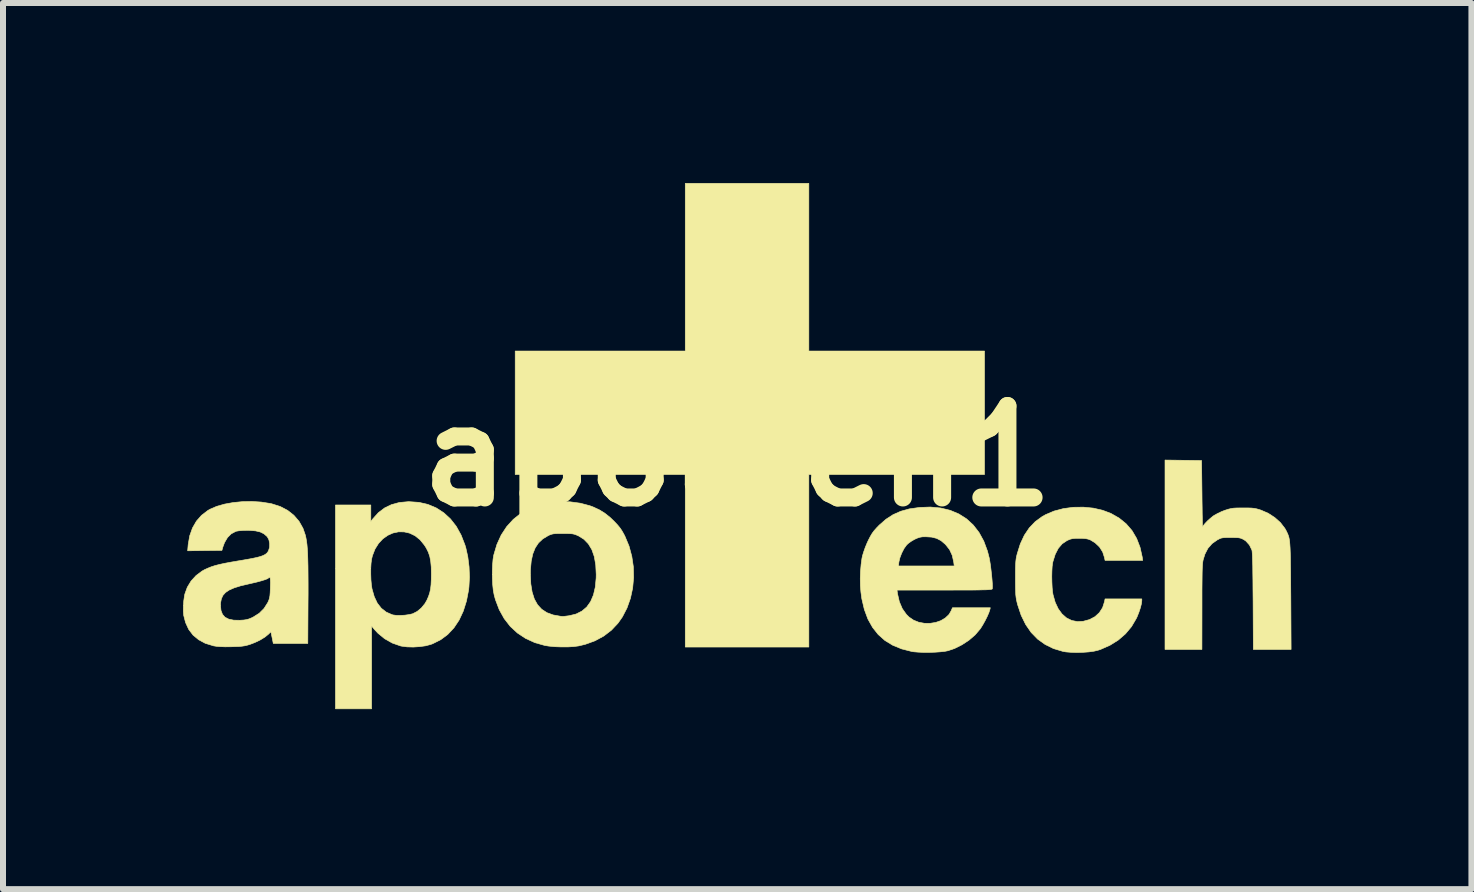
<source format=kicad_pcb>
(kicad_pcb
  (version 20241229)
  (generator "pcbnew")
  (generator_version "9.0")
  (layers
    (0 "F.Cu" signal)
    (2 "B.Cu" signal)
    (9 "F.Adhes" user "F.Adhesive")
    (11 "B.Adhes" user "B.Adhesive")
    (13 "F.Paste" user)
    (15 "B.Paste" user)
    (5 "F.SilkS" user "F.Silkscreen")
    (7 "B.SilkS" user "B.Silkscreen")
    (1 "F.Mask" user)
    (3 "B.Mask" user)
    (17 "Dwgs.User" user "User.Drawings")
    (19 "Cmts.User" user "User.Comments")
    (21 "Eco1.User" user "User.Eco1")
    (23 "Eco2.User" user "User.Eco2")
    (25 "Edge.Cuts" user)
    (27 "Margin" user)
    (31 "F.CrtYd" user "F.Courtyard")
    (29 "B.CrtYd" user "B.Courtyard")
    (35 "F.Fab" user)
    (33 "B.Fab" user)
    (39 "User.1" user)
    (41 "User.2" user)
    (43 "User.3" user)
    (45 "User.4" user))
  (footprint "apotech1"
    (layer "F.Cu")
    (at 9.238 4.55)
    (property "Reference" "apotech1" (at 0 0 0) (layer "F.SilkS") (effects (font (size 1.524 1.524) (thickness 0.3))))
    (attr through_hole)
    (fp_poly (pts (xy 1.19 -1.751) (xy 4.117 -1.751) (xy 4.117 0.307) (xy 1.19 0.307) (xy 1.19 3.182) (xy -0.869 3.182) (xy -0.869 0.307) (xy -3.703 0.307) (xy -3.703 -1.751) (xy -0.869 -1.751) (xy -0.869 -4.545) (xy 1.19 -4.545) (xy 1.19 -1.751)) (stroke (width 0.01) (type solid)) (fill yes) (layer "F.SilkS"))
    (fp_poly (pts (xy -5.306 0.771) (xy -5.156 0.806) (xy -5.018 0.864) (xy -4.893 0.945) (xy -4.782 1.047) (xy -4.685 1.171) (xy -4.605 1.315) (xy -4.541 1.479) (xy -4.527 1.524) (xy -4.493 1.677) (xy -4.472 1.844) (xy -4.465 2.015) (xy -4.474 2.179) (xy -4.479 2.228) (xy -4.515 2.415) (xy -4.568 2.583) (xy -4.638 2.733) (xy -4.724 2.862) (xy -4.827 2.972) (xy -4.945 3.06) (xy -5.079 3.127) (xy -5.109 3.138) (xy -5.194 3.161) (xy -5.295 3.175) (xy -5.402 3.182) (xy -5.506 3.179) (xy -5.596 3.167) (xy -5.615 3.163) (xy -5.752 3.115) (xy -5.879 3.043) (xy -5.991 2.951) (xy -6.048 2.89) (xy -6.096 2.832) (xy -6.096 4.211) (xy -6.698 4.211) (xy -6.698 1.966) (xy -6.11 1.966) (xy -6.107 2.061) (xy -6.099 2.149) (xy -6.089 2.213) (xy -6.052 2.342) (xy -6.001 2.45) (xy -5.934 2.536) (xy -5.852 2.6) (xy -5.756 2.642) (xy -5.739 2.647) (xy -5.686 2.654) (xy -5.617 2.655) (xy -5.542 2.651) (xy -5.471 2.641) (xy -5.414 2.628) (xy -5.411 2.627) (xy -5.337 2.589) (xy -5.267 2.531) (xy -5.208 2.459) (xy -5.175 2.402) (xy -5.147 2.338) (xy -5.127 2.277) (xy -5.113 2.213) (xy -5.105 2.141) (xy -5.101 2.053) (xy -5.1 1.965) (xy -5.102 1.849) (xy -5.111 1.754) (xy -5.126 1.674) (xy -5.15 1.602) (xy -5.184 1.534) (xy -5.217 1.482) (xy -5.29 1.393) (xy -5.373 1.327) (xy -5.462 1.284) (xy -5.554 1.263) (xy -5.648 1.262) (xy -5.741 1.282) (xy -5.828 1.321) (xy -5.909 1.379) (xy -5.98 1.455) (xy -6.039 1.549) (xy -6.082 1.659) (xy -6.096 1.717) (xy -6.105 1.785) (xy -6.11 1.871) (xy -6.11 1.966) (xy -6.698 1.966) (xy -6.698 0.815) (xy -6.109 0.815) (xy -6.109 1.09) (xy -6.073 1.043) (xy -5.982 0.942) (xy -5.879 0.864) (xy -5.763 0.808) (xy -5.633 0.773) (xy -5.487 0.76) (xy -5.468 0.76) (xy -5.306 0.771)) (stroke (width 0.01) (type solid)) (fill yes) (layer "F.SilkS"))
    (fp_poly (pts (xy 7.429 0.07) (xy 7.734 0.074) (xy 7.741 0.635) (xy 7.742 0.754) (xy 7.744 0.864) (xy 7.745 0.961) (xy 7.747 1.044) (xy 7.748 1.11) (xy 7.749 1.156) (xy 7.75 1.179) (xy 7.751 1.182) (xy 7.764 1.157) (xy 7.794 1.121) (xy 7.834 1.079) (xy 7.88 1.038) (xy 7.925 1.001) (xy 7.946 0.987) (xy 8 0.957) (xy 8.065 0.926) (xy 8.129 0.901) (xy 8.134 0.9) (xy 8.181 0.885) (xy 8.222 0.875) (xy 8.265 0.868) (xy 8.316 0.865) (xy 8.384 0.864) (xy 8.429 0.864) (xy 8.507 0.864) (xy 8.565 0.866) (xy 8.611 0.871) (xy 8.652 0.879) (xy 8.694 0.891) (xy 8.723 0.9) (xy 8.845 0.953) (xy 8.954 1.024) (xy 9.048 1.108) (xy 9.122 1.204) (xy 9.144 1.243) (xy 9.157 1.27) (xy 9.169 1.295) (xy 9.179 1.321) (xy 9.188 1.349) (xy 9.195 1.382) (xy 9.201 1.421) (xy 9.205 1.469) (xy 9.209 1.528) (xy 9.212 1.6) (xy 9.215 1.687) (xy 9.216 1.791) (xy 9.218 1.915) (xy 9.219 2.06) (xy 9.22 2.228) (xy 9.221 2.336) (xy 9.226 3.222) (xy 8.597 3.222) (xy 8.593 2.416) (xy 8.591 2.233) (xy 8.59 2.075) (xy 8.588 1.941) (xy 8.587 1.83) (xy 8.584 1.739) (xy 8.582 1.669) (xy 8.579 1.617) (xy 8.576 1.582) (xy 8.572 1.563) (xy 8.572 1.563) (xy 8.531 1.48) (xy 8.473 1.416) (xy 8.435 1.39) (xy 8.406 1.376) (xy 8.379 1.366) (xy 8.345 1.36) (xy 8.299 1.358) (xy 8.235 1.357) (xy 8.222 1.357) (xy 8.154 1.357) (xy 8.106 1.359) (xy 8.071 1.364) (xy 8.042 1.373) (xy 8.013 1.388) (xy 7.997 1.396) (xy 7.909 1.458) (xy 7.84 1.537) (xy 7.79 1.634) (xy 7.761 1.727) (xy 7.756 1.751) (xy 7.752 1.782) (xy 7.749 1.822) (xy 7.746 1.873) (xy 7.744 1.938) (xy 7.743 2.019) (xy 7.742 2.118) (xy 7.741 2.238) (xy 7.741 2.38) (xy 7.741 2.517) (xy 7.74 3.222) (xy 7.125 3.222) (xy 7.125 0.066) (xy 7.429 0.07)) (stroke (width 0.01) (type solid)) (fill yes) (layer "F.SilkS"))
    (fp_poly (pts (xy 5.93 0.867) (xy 6.088 0.904) (xy 6.223 0.955) (xy 6.36 1.033) (xy 6.477 1.128) (xy 6.575 1.241) (xy 6.652 1.372) (xy 6.709 1.52) (xy 6.745 1.681) (xy 6.753 1.738) (xy 6.126 1.738) (xy 6.116 1.689) (xy 6.086 1.597) (xy 6.033 1.514) (xy 5.96 1.445) (xy 5.883 1.398) (xy 5.845 1.384) (xy 5.803 1.375) (xy 5.748 1.371) (xy 5.695 1.37) (xy 5.631 1.371) (xy 5.585 1.375) (xy 5.548 1.384) (xy 5.511 1.399) (xy 5.491 1.408) (xy 5.411 1.462) (xy 5.346 1.538) (xy 5.295 1.638) (xy 5.257 1.759) (xy 5.252 1.784) (xy 5.244 1.842) (xy 5.24 1.919) (xy 5.238 2.007) (xy 5.24 2.099) (xy 5.244 2.187) (xy 5.251 2.263) (xy 5.259 2.31) (xy 5.295 2.437) (xy 5.346 2.545) (xy 5.409 2.631) (xy 5.484 2.697) (xy 5.57 2.739) (xy 5.665 2.758) (xy 5.761 2.753) (xy 5.868 2.724) (xy 5.958 2.676) (xy 6.031 2.609) (xy 6.085 2.526) (xy 6.116 2.429) (xy 6.117 2.426) (xy 6.126 2.38) (xy 6.738 2.38) (xy 6.738 2.41) (xy 6.732 2.46) (xy 6.715 2.527) (xy 6.69 2.602) (xy 6.659 2.68) (xy 6.646 2.707) (xy 6.567 2.841) (xy 6.467 2.961) (xy 6.347 3.065) (xy 6.208 3.152) (xy 6.052 3.221) (xy 6.009 3.235) (xy 5.942 3.251) (xy 5.856 3.263) (xy 5.758 3.27) (xy 5.657 3.273) (xy 5.56 3.27) (xy 5.473 3.263) (xy 5.423 3.254) (xy 5.266 3.207) (xy 5.126 3.138) (xy 5.002 3.049) (xy 4.894 2.938) (xy 4.803 2.806) (xy 4.728 2.653) (xy 4.67 2.479) (xy 4.669 2.476) (xy 4.658 2.432) (xy 4.649 2.392) (xy 4.643 2.353) (xy 4.638 2.309) (xy 4.636 2.255) (xy 4.634 2.187) (xy 4.633 2.099) (xy 4.633 2.045) (xy 4.633 1.944) (xy 4.634 1.865) (xy 4.636 1.803) (xy 4.639 1.754) (xy 4.644 1.712) (xy 4.651 1.673) (xy 4.661 1.633) (xy 4.662 1.628) (xy 4.714 1.463) (xy 4.781 1.319) (xy 4.863 1.197) (xy 4.962 1.093) (xy 5.078 1.008) (xy 5.133 0.977) (xy 5.276 0.916) (xy 5.432 0.875) (xy 5.597 0.853) (xy 5.765 0.851) (xy 5.93 0.867)) (stroke (width 0.01) (type solid)) (fill yes) (layer "F.SilkS"))
    (fp_poly (pts (xy -2.788 0.762) (xy -2.619 0.785) (xy -2.46 0.827) (xy -2.404 0.848) (xy -2.302 0.895) (xy -2.211 0.951) (xy -2.122 1.022) (xy -2.058 1.083) (xy -2.003 1.141) (xy -1.961 1.191) (xy -1.926 1.242) (xy -1.891 1.304) (xy -1.874 1.337) (xy -1.806 1.5) (xy -1.76 1.671) (xy -1.734 1.847) (xy -1.73 2.025) (xy -1.746 2.2) (xy -1.783 2.37) (xy -1.84 2.531) (xy -1.917 2.68) (xy -1.99 2.784) (xy -2.1 2.901) (xy -2.228 2.999) (xy -2.374 3.078) (xy -2.534 3.136) (xy -2.645 3.163) (xy -2.728 3.174) (xy -2.828 3.18) (xy -2.937 3.18) (xy -3.045 3.176) (xy -3.144 3.166) (xy -3.208 3.156) (xy -3.377 3.108) (xy -3.53 3.038) (xy -3.666 2.948) (xy -3.785 2.838) (xy -3.886 2.708) (xy -3.969 2.559) (xy -4.032 2.393) (xy -4.053 2.317) (xy -4.068 2.239) (xy -4.078 2.142) (xy -4.083 2.033) (xy -4.084 1.972) (xy -3.45 1.972) (xy -3.443 2.13) (xy -3.421 2.266) (xy -3.384 2.382) (xy -3.331 2.477) (xy -3.262 2.552) (xy -3.175 2.609) (xy -3.071 2.647) (xy -2.948 2.669) (xy -2.914 2.672) (xy -2.891 2.671) (xy -2.851 2.666) (xy -2.803 2.66) (xy -2.689 2.632) (xy -2.591 2.583) (xy -2.51 2.514) (xy -2.446 2.424) (xy -2.399 2.314) (xy -2.368 2.182) (xy -2.354 2.03) (xy -2.353 1.972) (xy -2.361 1.813) (xy -2.385 1.675) (xy -2.426 1.558) (xy -2.484 1.462) (xy -2.558 1.386) (xy -2.649 1.329) (xy -2.65 1.329) (xy -2.687 1.313) (xy -2.718 1.302) (xy -2.751 1.295) (xy -2.793 1.292) (xy -2.85 1.29) (xy -2.908 1.29) (xy -2.98 1.29) (xy -3.033 1.292) (xy -3.071 1.296) (xy -3.102 1.304) (xy -3.132 1.315) (xy -3.156 1.327) (xy -3.244 1.38) (xy -3.315 1.447) (xy -3.37 1.53) (xy -3.41 1.63) (xy -3.436 1.749) (xy -3.449 1.89) (xy -3.45 1.972) (xy -4.084 1.972) (xy -4.084 1.922) (xy -4.08 1.814) (xy -4.072 1.718) (xy -4.06 1.648) (xy -4.008 1.473) (xy -3.936 1.315) (xy -3.845 1.176) (xy -3.735 1.055) (xy -3.607 0.953) (xy -3.463 0.872) (xy -3.301 0.811) (xy -3.294 0.809) (xy -3.132 0.774) (xy -2.961 0.758) (xy -2.788 0.762)) (stroke (width 0.01) (type solid)) (fill yes) (layer "F.SilkS"))
    (fp_poly (pts (xy 3.387 0.865) (xy 3.546 0.904) (xy 3.689 0.964) (xy 3.818 1.046) (xy 3.93 1.149) (xy 4.026 1.273) (xy 4.105 1.417) (xy 4.166 1.582) (xy 4.196 1.698) (xy 4.206 1.754) (xy 4.217 1.823) (xy 4.226 1.899) (xy 4.235 1.977) (xy 4.242 2.052) (xy 4.247 2.119) (xy 4.249 2.172) (xy 4.248 2.205) (xy 4.246 2.213) (xy 4.242 2.217) (xy 4.231 2.22) (xy 4.212 2.223) (xy 4.182 2.226) (xy 4.14 2.228) (xy 4.084 2.229) (xy 4.011 2.231) (xy 3.921 2.232) (xy 3.81 2.232) (xy 3.677 2.232) (xy 3.52 2.233) (xy 3.449 2.233) (xy 2.659 2.233) (xy 2.668 2.296) (xy 2.698 2.427) (xy 2.747 2.542) (xy 2.815 2.638) (xy 2.859 2.682) (xy 2.935 2.734) (xy 3.022 2.769) (xy 3.115 2.786) (xy 3.21 2.787) (xy 3.304 2.772) (xy 3.39 2.742) (xy 3.465 2.697) (xy 3.526 2.639) (xy 3.562 2.577) (xy 3.583 2.527) (xy 4.214 2.527) (xy 4.205 2.563) (xy 4.189 2.611) (xy 4.162 2.673) (xy 4.127 2.743) (xy 4.089 2.811) (xy 4.051 2.872) (xy 4.042 2.884) (xy 3.961 2.979) (xy 3.859 3.067) (xy 3.742 3.144) (xy 3.618 3.206) (xy 3.509 3.243) (xy 3.454 3.254) (xy 3.378 3.262) (xy 3.29 3.268) (xy 3.195 3.271) (xy 3.1 3.271) (xy 3.012 3.267) (xy 2.939 3.261) (xy 2.906 3.256) (xy 2.737 3.213) (xy 2.588 3.152) (xy 2.457 3.072) (xy 2.345 2.972) (xy 2.251 2.853) (xy 2.174 2.715) (xy 2.115 2.556) (xy 2.073 2.378) (xy 2.058 2.268) (xy 2.049 2.161) (xy 2.047 2.043) (xy 2.051 1.922) (xy 2.059 1.831) (xy 2.683 1.831) (xy 3.613 1.831) (xy 3.604 1.764) (xy 3.579 1.653) (xy 3.535 1.558) (xy 3.469 1.475) (xy 3.463 1.469) (xy 3.394 1.41) (xy 3.32 1.371) (xy 3.237 1.35) (xy 3.141 1.344) (xy 3.082 1.345) (xy 3.037 1.353) (xy 2.991 1.369) (xy 2.952 1.387) (xy 2.9 1.417) (xy 2.852 1.451) (xy 2.82 1.48) (xy 2.776 1.541) (xy 2.737 1.617) (xy 2.707 1.695) (xy 2.691 1.763) (xy 2.683 1.831) (xy 2.059 1.831) (xy 2.061 1.806) (xy 2.075 1.704) (xy 2.085 1.658) (xy 2.104 1.596) (xy 2.13 1.522) (xy 2.161 1.447) (xy 2.181 1.404) (xy 2.215 1.338) (xy 2.246 1.286) (xy 2.28 1.24) (xy 2.324 1.191) (xy 2.364 1.15) (xy 2.475 1.053) (xy 2.592 0.977) (xy 2.72 0.92) (xy 2.863 0.88) (xy 3.025 0.857) (xy 3.029 0.856) (xy 3.215 0.849) (xy 3.387 0.865)) (stroke (width 0.01) (type solid)) (fill yes) (layer "F.SilkS"))
    (fp_poly (pts (xy -7.936 0.766) (xy -7.789 0.789) (xy -7.76 0.795) (xy -7.619 0.84) (xy -7.496 0.904) (xy -7.391 0.987) (xy -7.305 1.087) (xy -7.239 1.204) (xy -7.2 1.317) (xy -7.19 1.362) (xy -7.181 1.413) (xy -7.173 1.473) (xy -7.167 1.543) (xy -7.162 1.625) (xy -7.159 1.722) (xy -7.156 1.836) (xy -7.155 1.97) (xy -7.154 2.124) (xy -7.154 2.302) (xy -7.155 2.413) (xy -7.159 3.122) (xy -7.734 3.122) (xy -7.754 3.024) (xy -7.774 2.927) (xy -7.814 2.967) (xy -7.874 3.016) (xy -7.952 3.064) (xy -8.042 3.107) (xy -8.121 3.137) (xy -8.167 3.151) (xy -8.21 3.161) (xy -8.257 3.168) (xy -8.313 3.173) (xy -8.385 3.175) (xy -8.435 3.177) (xy -8.536 3.178) (xy -8.616 3.175) (xy -8.68 3.17) (xy -8.735 3.161) (xy -8.736 3.16) (xy -8.867 3.12) (xy -8.978 3.06) (xy -9.071 2.983) (xy -9.144 2.887) (xy -9.196 2.774) (xy -9.227 2.654) (xy -9.233 2.585) (xy -9.232 2.501) (xy -9.231 2.487) (xy -8.614 2.487) (xy -8.606 2.571) (xy -8.581 2.637) (xy -8.539 2.685) (xy -8.476 2.717) (xy -8.394 2.734) (xy -8.291 2.736) (xy -8.227 2.732) (xy -8.18 2.725) (xy -8.137 2.713) (xy -8.09 2.693) (xy -8.068 2.682) (xy -7.968 2.619) (xy -7.888 2.539) (xy -7.826 2.441) (xy -7.822 2.433) (xy -7.807 2.398) (xy -7.797 2.365) (xy -7.79 2.326) (xy -7.786 2.275) (xy -7.783 2.205) (xy -7.783 2.189) (xy -7.781 2.108) (xy -7.783 2.053) (xy -7.787 2.024) (xy -7.792 2.019) (xy -7.811 2.028) (xy -7.813 2.031) (xy -7.832 2.044) (xy -7.874 2.06) (xy -7.935 2.079) (xy -8.013 2.1) (xy -8.103 2.121) (xy -8.155 2.133) (xy -8.283 2.163) (xy -8.387 2.196) (xy -8.469 2.232) (xy -8.53 2.273) (xy -8.573 2.321) (xy -8.599 2.377) (xy -8.612 2.443) (xy -8.614 2.487) (xy -9.231 2.487) (xy -9.226 2.412) (xy -9.214 2.33) (xy -9.208 2.299) (xy -9.167 2.186) (xy -9.104 2.082) (xy -9.021 1.991) (xy -8.921 1.916) (xy -8.88 1.893) (xy -8.825 1.868) (xy -8.768 1.845) (xy -8.706 1.825) (xy -8.633 1.806) (xy -8.545 1.787) (xy -8.439 1.767) (xy -8.311 1.745) (xy -8.308 1.745) (xy -8.185 1.724) (xy -8.086 1.706) (xy -8.007 1.689) (xy -7.947 1.673) (xy -7.901 1.656) (xy -7.867 1.638) (xy -7.842 1.618) (xy -7.823 1.594) (xy -7.813 1.575) (xy -7.796 1.52) (xy -7.795 1.457) (xy -7.807 1.395) (xy -7.833 1.346) (xy -7.84 1.338) (xy -7.891 1.294) (xy -7.953 1.264) (xy -8.03 1.246) (xy -8.126 1.238) (xy -8.161 1.237) (xy -8.244 1.239) (xy -8.31 1.245) (xy -8.356 1.253) (xy -8.36 1.255) (xy -8.435 1.295) (xy -8.498 1.358) (xy -8.547 1.442) (xy -8.575 1.517) (xy -8.59 1.571) (xy -8.876 1.574) (xy -9.161 1.578) (xy -9.152 1.474) (xy -9.127 1.329) (xy -9.081 1.199) (xy -9.015 1.084) (xy -8.929 0.986) (xy -8.824 0.906) (xy -8.787 0.885) (xy -8.676 0.837) (xy -8.545 0.8) (xy -8.401 0.774) (xy -8.247 0.759) (xy -8.091 0.756) (xy -7.936 0.766)) (stroke (width 0.01) (type solid)) (fill yes) (layer "F.SilkS")))
  (gr_rect
    (start -3 -3)
    (end 21.469 11.766)
    (stroke (width 0.1) (type default))
    (fill no)
    (layer "Edge.Cuts")))
</source>
